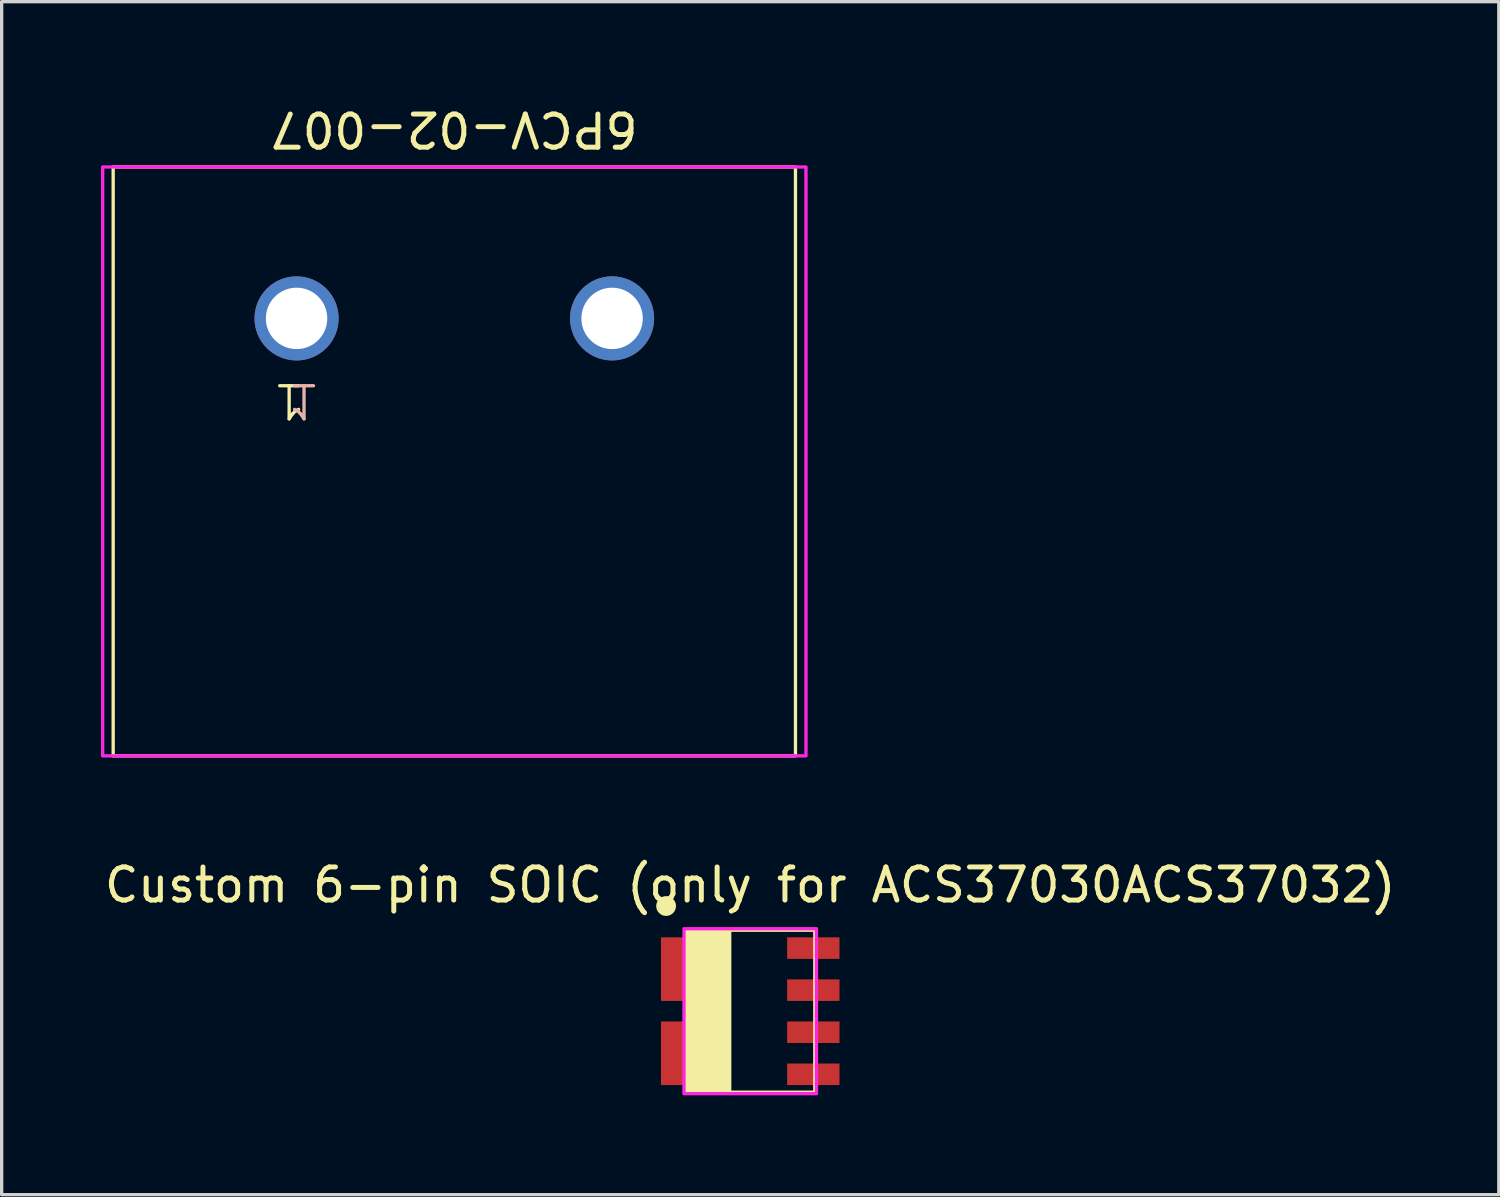
<source format=kicad_pcb>
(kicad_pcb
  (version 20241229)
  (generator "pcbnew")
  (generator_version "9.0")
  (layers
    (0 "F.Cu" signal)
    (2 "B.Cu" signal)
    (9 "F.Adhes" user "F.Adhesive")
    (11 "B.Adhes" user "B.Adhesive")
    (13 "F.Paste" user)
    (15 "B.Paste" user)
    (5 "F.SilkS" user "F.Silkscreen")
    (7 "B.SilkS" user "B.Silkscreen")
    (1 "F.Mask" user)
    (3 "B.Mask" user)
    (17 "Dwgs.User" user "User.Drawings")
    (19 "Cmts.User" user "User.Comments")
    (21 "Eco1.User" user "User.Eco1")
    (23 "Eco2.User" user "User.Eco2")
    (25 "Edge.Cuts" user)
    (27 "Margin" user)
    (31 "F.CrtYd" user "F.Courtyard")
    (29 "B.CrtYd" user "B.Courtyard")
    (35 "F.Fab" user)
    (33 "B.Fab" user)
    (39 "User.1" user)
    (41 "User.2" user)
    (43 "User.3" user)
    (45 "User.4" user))
  (footprint "6PCV-02-007"
    (layer "F.Cu")
    (at 10.667 6.563)
    (property "Reference" "6PCV-02-007" (at 0 -5.715 180) (unlocked yes) (layer "F.SilkS") (effects (font (size 1 1) (thickness 0.15))))
    (attr smd)
    (fp_rect (start -10.3 -4.572) (end 10.3 13.208) (stroke (width 0.1) (type default)) (fill no) (layer "F.SilkS"))
    (fp_rect (start -10.617 -4.572) (end 10.617 13.208) (stroke (width 0.1) (type default)) (fill no) (layer "F.CrtYd"))
    (fp_text user "1" (at -4.445 1.905 180) (unlocked yes) (layer "F.SilkS") (effects (font (size 1 1) (thickness 0.1)) (justify left bottom)))
    (fp_text user "1" (at -5.08 1.905 180) (unlocked yes) (layer "B.SilkS") (effects (font (size 1 1) (thickness 0.1)) (justify left bottom mirror)))
    (pad "1" thru_hole circle (at -4.763 0 90) (size 2.54 2.54) (drill 1.854) (layers "*.Cu" "*.Mask"))
    (pad "2" thru_hole circle (at 4.763 0 90) (size 2.54 2.54) (drill 1.854) (layers "*.Cu" "*.Mask")))
  (footprint "Custom 6-pin SOIC (only for ACS37030ACS37032)"
    (layer "F.Cu")
    (at 19.601 27.48)
    (property "Reference" "Custom 6-pin SOIC (only for ACS37030ACS37032)" (at 0 -3.81 0) (unlocked yes) (layer "F.SilkS") (effects (font (size 1 1) (thickness 0.15))))
    (attr smd)
    (fp_rect (start -1.95 -2.445) (end -0.62 2.45) (stroke (width 0.1) (type solid)) (fill yes) (layer "F.SilkS"))
    (fp_rect (start -1.95 -2.445) (end 1.95 2.445) (stroke (width 0.1) (type default)) (fill no) (layer "F.SilkS"))
    (fp_circle (center -2.54 -3.175) (end -2.291 -3.175) (stroke (width 0.1) (type solid)) (fill yes) (layer "F.SilkS"))
    (fp_rect (start -2 -2.49) (end 2 2.49) (stroke (width 0.1) (type default)) (fill no) (layer "F.CrtYd"))
    (pad "1" smd rect (at -1.905 -1.27) (size 1.58 1.92) (layers "F.Cu" "F.Mask" "F.Paste"))
    (pad "2" smd rect (at -1.905 1.27) (size 1.58 1.92) (layers "F.Cu" "F.Mask" "F.Paste"))
    (pad "3" smd rect (at 1.905 1.905) (size 1.58 0.65) (layers "F.Cu" "F.Mask" "F.Paste"))
    (pad "4" smd rect (at 1.905 0.635) (size 1.58 0.65) (layers "F.Cu" "F.Mask" "F.Paste"))
    (pad "5" smd rect (at 1.905 -0.635) (size 1.58 0.65) (layers "F.Cu" "F.Mask" "F.Paste"))
    (pad "6" smd rect (at 1.905 -1.905) (size 1.58 0.65) (layers "F.Cu" "F.Mask" "F.Paste")))
  (gr_rect
    (start -3 -3)
    (end 42.202 33.02)
    (stroke (width 0.1) (type default))
    (fill no)
    (layer "Edge.Cuts")))
</source>
